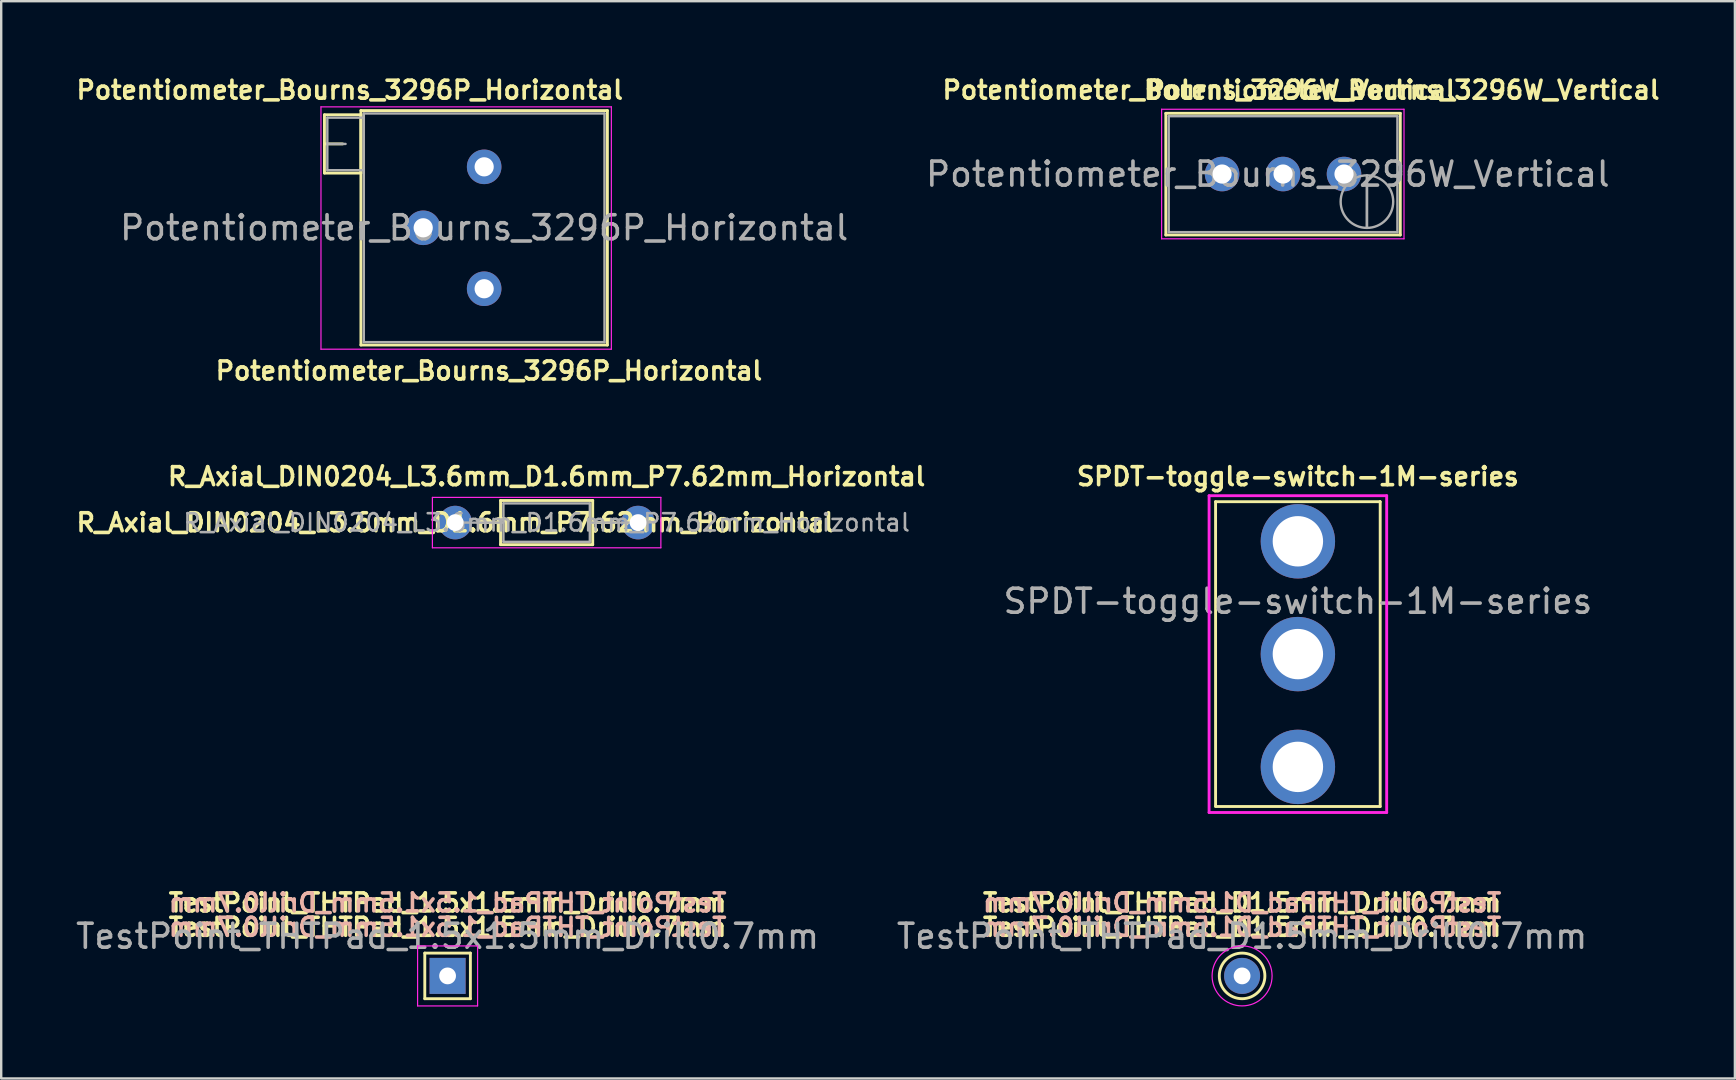
<source format=kicad_pcb>
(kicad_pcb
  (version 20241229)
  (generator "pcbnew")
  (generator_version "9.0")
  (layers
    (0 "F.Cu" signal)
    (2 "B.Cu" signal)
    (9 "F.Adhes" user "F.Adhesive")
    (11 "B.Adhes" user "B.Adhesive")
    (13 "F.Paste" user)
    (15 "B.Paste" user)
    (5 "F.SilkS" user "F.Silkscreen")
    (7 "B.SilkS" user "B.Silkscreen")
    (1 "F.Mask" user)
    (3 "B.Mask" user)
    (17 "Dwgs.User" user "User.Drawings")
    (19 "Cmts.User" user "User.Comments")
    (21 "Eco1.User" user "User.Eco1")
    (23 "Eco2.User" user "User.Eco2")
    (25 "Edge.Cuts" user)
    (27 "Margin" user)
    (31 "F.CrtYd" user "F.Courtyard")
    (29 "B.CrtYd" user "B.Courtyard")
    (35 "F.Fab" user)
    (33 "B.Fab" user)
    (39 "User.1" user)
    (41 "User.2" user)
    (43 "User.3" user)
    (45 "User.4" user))
  (footprint "R_Axial_DIN0204_L3.6mm_D1.6mm_P7.62mm_Horizontal"
    (layer "F.Cu")
    (at 15.918 18.726)
    (property "Reference" "R_Axial_DIN0204_L3.6mm_D1.6mm_P7.62mm_Horizontal" (at 3.81 -1.92 0) (layer "F.SilkS") (effects (font (size 0.75 0.75) (thickness 0.15))))
    (property "Value" "R_Axial_DIN0204_L3.6mm_D1.6mm_P7.62mm_Horizontal" (at 3.81 1.92 0) (layer "F.Fab") (hide yes) (effects (font (size 1 1) (thickness 0.15))))
    (attr through_hole)
    (fp_line (start 0.94 0) (end 1.89 0) (stroke (width 0.12) (type solid)) (layer "F.SilkS"))
    (fp_line (start 1.89 -0.92) (end 1.89 0.92) (stroke (width 0.12) (type solid)) (layer "F.SilkS"))
    (fp_line (start 1.89 0.92) (end 5.73 0.92) (stroke (width 0.12) (type solid)) (layer "F.SilkS"))
    (fp_line (start 5.73 -0.92) (end 1.89 -0.92) (stroke (width 0.12) (type solid)) (layer "F.SilkS"))
    (fp_line (start 5.73 0.92) (end 5.73 -0.92) (stroke (width 0.12) (type solid)) (layer "F.SilkS"))
    (fp_line (start 6.68 0) (end 5.73 0) (stroke (width 0.12) (type solid)) (layer "F.SilkS"))
    (fp_line (start -0.95 -1.05) (end -0.95 1.05) (stroke (width 0.05) (type solid)) (layer "F.CrtYd"))
    (fp_line (start -0.95 1.05) (end 8.57 1.05) (stroke (width 0.05) (type solid)) (layer "F.CrtYd"))
    (fp_line (start 8.57 -1.05) (end -0.95 -1.05) (stroke (width 0.05) (type solid)) (layer "F.CrtYd"))
    (fp_line (start 8.57 1.05) (end 8.57 -1.05) (stroke (width 0.05) (type solid)) (layer "F.CrtYd"))
    (fp_line (start 0 0) (end 2.01 0) (stroke (width 0.1) (type solid)) (layer "F.Fab"))
    (fp_line (start 2.01 -0.8) (end 2.01 0.8) (stroke (width 0.1) (type solid)) (layer "F.Fab"))
    (fp_line (start 2.01 0.8) (end 5.61 0.8) (stroke (width 0.1) (type solid)) (layer "F.Fab"))
    (fp_line (start 5.61 -0.8) (end 2.01 -0.8) (stroke (width 0.1) (type solid)) (layer "F.Fab"))
    (fp_line (start 5.61 0.8) (end 5.61 -0.8) (stroke (width 0.1) (type solid)) (layer "F.Fab"))
    (fp_line (start 7.62 0) (end 5.61 0) (stroke (width 0.1) (type solid)) (layer "F.Fab"))
    (fp_text user "${VALUE}" (at 0 0 0) (layer "F.SilkS") (effects (font (size 0.75 0.75) (thickness 0.15))))
    (fp_text user "${REFERENCE}" (at 3.81 0 0) (layer "F.Fab") (effects (font (size 0.72 0.72) (thickness 0.108))))
    (pad "1" thru_hole circle (at 0 0) (size 1.4 1.4) (drill 0.7) (layers "*.Cu" "*.Mask"))
    (pad "2" thru_hole oval (at 7.62 0) (size 1.4 1.4) (drill 0.7) (layers "*.Cu" "*.Mask")))
  (footprint "TestPoint_THTPad_1.5x1.5mm_Drill0.7mm"
    (layer "F.Cu")
    (at 15.601 37.616)
    (property "Reference" "TestPoint_THTPad_1.5x1.5mm_Drill0.7mm" (at 0 -3.048 0) (layer "F.SilkS") (effects (font (size 0.75 0.75) (thickness 0.15))))
    (property "Value" "TestPoint_THTPad_1.5x1.5mm_Drill0.7mm" (at 0 1.75 0) (layer "F.Fab") (hide yes) (effects (font (size 1 1) (thickness 0.15))))
    (attr exclude_from_pos_files exclude_from_bom)
    (fp_line (start -0.95 -0.95) (end 0.95 -0.95) (stroke (width 0.12) (type solid)) (layer "F.SilkS"))
    (fp_line (start -0.95 0.95) (end -0.95 -0.95) (stroke (width 0.12) (type solid)) (layer "F.SilkS"))
    (fp_line (start 0.95 -0.95) (end 0.95 0.95) (stroke (width 0.12) (type solid)) (layer "F.SilkS"))
    (fp_line (start 0.95 0.95) (end -0.95 0.95) (stroke (width 0.12) (type solid)) (layer "F.SilkS"))
    (fp_line (start -1.25 -1.25) (end -1.25 1.25) (stroke (width 0.05) (type solid)) (layer "F.CrtYd"))
    (fp_line (start -1.25 -1.25) (end 1.25 -1.25) (stroke (width 0.05) (type solid)) (layer "F.CrtYd"))
    (fp_line (start 1.25 1.25) (end -1.25 1.25) (stroke (width 0.05) (type solid)) (layer "F.CrtYd"))
    (fp_line (start 1.25 1.25) (end 1.25 -1.25) (stroke (width 0.05) (type solid)) (layer "F.CrtYd"))
    (fp_text user "${VALUE}" (at 0 -2.032 0) (layer "F.SilkS") (effects (font (size 0.75 0.75) (thickness 0.15))))
    (fp_text user "${VALUE}" (at 0 -2.032 0) (layer "B.SilkS") (effects (font (size 0.75 0.75) (thickness 0.15)) (justify mirror)))
    (fp_text user "${REFERENCE}" (at 0 -3.048 0) (layer "B.SilkS") (effects (font (size 0.75 0.75) (thickness 0.15)) (justify mirror)))
    (fp_text user "${REFERENCE}" (at 0 -1.65 0) (layer "F.Fab") (effects (font (size 1 1) (thickness 0.15))))
    (pad "1" thru_hole rect (at 0 0) (size 1.5 1.5) (drill 0.7) (layers "*.Cu" "*.Mask")))
  (footprint "Potentiometer_Bourns_3296P_Horizontal"
    (layer "F.Cu")
    (at 17.125 3.902)
    (property "Reference" "Potentiometer_Bourns_3296P_Horizontal" (at -5.6 -3.2 0) (layer "F.SilkS") (effects (font (size 0.75 0.75) (thickness 0.15))))
    (property "Value" "Potentiometer_Bourns_3296P_Horizontal" (at -0.76 8.555 0) (layer "F.Fab") (hide yes) (effects (font (size 1 1) (thickness 0.15))))
    (attr through_hole)
    (fp_line (start -6.655 -2.169) (end -6.655 0.26) (stroke (width 0.12) (type solid)) (layer "F.SilkS"))
    (fp_line (start -6.655 -2.169) (end -5.136 -2.169) (stroke (width 0.12) (type solid)) (layer "F.SilkS"))
    (fp_line (start -6.655 -0.955) (end -5.896 -0.955) (stroke (width 0.12) (type solid)) (layer "F.SilkS"))
    (fp_line (start -6.655 0.26) (end -5.136 0.26) (stroke (width 0.12) (type solid)) (layer "F.SilkS"))
    (fp_line (start -5.136 -2.169) (end -5.136 0.26) (stroke (width 0.12) (type solid)) (layer "F.SilkS"))
    (fp_line (start -5.135 -2.345) (end -5.135 7.425) (stroke (width 0.12) (type solid)) (layer "F.SilkS"))
    (fp_line (start -5.135 -2.345) (end 5.135 -2.345) (stroke (width 0.12) (type solid)) (layer "F.SilkS"))
    (fp_line (start -5.135 7.425) (end 5.135 7.425) (stroke (width 0.12) (type solid)) (layer "F.SilkS"))
    (fp_line (start 5.135 -2.345) (end 5.135 7.425) (stroke (width 0.12) (type solid)) (layer "F.SilkS"))
    (fp_line (start -6.8 -2.5) (end -6.8 7.6) (stroke (width 0.05) (type solid)) (layer "F.CrtYd"))
    (fp_line (start -6.8 7.6) (end 5.3 7.6) (stroke (width 0.05) (type solid)) (layer "F.CrtYd"))
    (fp_line (start 5.3 -2.5) (end -6.8 -2.5) (stroke (width 0.05) (type solid)) (layer "F.CrtYd"))
    (fp_line (start 5.3 7.6) (end 5.3 -2.5) (stroke (width 0.05) (type solid)) (layer "F.CrtYd"))
    (fp_line (start -6.535 -2.05) (end -6.535 0.14) (stroke (width 0.1) (type solid)) (layer "F.Fab"))
    (fp_line (start -6.535 -0.955) (end -5.775 -0.955) (stroke (width 0.1) (type solid)) (layer "F.Fab"))
    (fp_line (start -6.535 0.14) (end -5.015 0.14) (stroke (width 0.1) (type solid)) (layer "F.Fab"))
    (fp_line (start -5.015 -2.225) (end -5.015 7.305) (stroke (width 0.1) (type solid)) (layer "F.Fab"))
    (fp_line (start -5.015 -2.05) (end -6.535 -2.05) (stroke (width 0.1) (type solid)) (layer "F.Fab"))
    (fp_line (start -5.015 0.14) (end -5.015 -2.05) (stroke (width 0.1) (type solid)) (layer "F.Fab"))
    (fp_line (start -5.015 7.305) (end 5.015 7.305) (stroke (width 0.1) (type solid)) (layer "F.Fab"))
    (fp_line (start 5.015 -2.225) (end -5.015 -2.225) (stroke (width 0.1) (type solid)) (layer "F.Fab"))
    (fp_line (start 5.015 7.305) (end 5.015 -2.225) (stroke (width 0.1) (type solid)) (layer "F.Fab"))
    (fp_text user "${VALUE}" (at 0.2 8.5 0) (layer "F.SilkS") (effects (font (size 0.75 0.75) (thickness 0.15))))
    (fp_text user "${REFERENCE}" (at 0 2.54 0) (layer "F.Fab") (effects (font (size 1 1) (thickness 0.15))))
    (pad "1" thru_hole circle (at 0 0) (size 1.44 1.44) (drill 0.8) (layers "*.Cu" "*.Mask"))
    (pad "2" thru_hole circle (at -2.54 2.54) (size 1.44 1.44) (drill 0.8) (layers "*.Cu" "*.Mask"))
    (pad "3" thru_hole circle (at 0 5.08) (size 1.44 1.44) (drill 0.8) (layers "*.Cu" "*.Mask")))
  (footprint "SPDT-toggle-switch-1M-series"
    (layer "F.Cu")
    (at 51.033 24.206)
    (property "Reference" "SPDT-toggle-switch-1M-series" (at 0 -7.4 0) (layer "F.SilkS") (effects (font (size 0.75 0.75) (thickness 0.15))))
    (attr through_hole)
    (fp_line (start -3.43 -6.35) (end 3.42 -6.35) (stroke (width 0.12) (type solid)) (layer "F.SilkS"))
    (fp_line (start -3.43 6.34) (end -3.43 -6.35) (stroke (width 0.12) (type solid)) (layer "F.SilkS"))
    (fp_line (start 3.42 -6.35) (end 3.42 -6.34) (stroke (width 0.12) (type solid)) (layer "F.SilkS"))
    (fp_line (start 3.43 -6.35) (end 3.43 6.35) (stroke (width 0.12) (type solid)) (layer "F.SilkS"))
    (fp_line (start 3.43 6.35) (end -3.43 6.35) (stroke (width 0.12) (type solid)) (layer "F.SilkS"))
    (fp_line (start -3.7 -6.6) (end 3.7 -6.6) (stroke (width 0.12) (type solid)) (layer "F.CrtYd"))
    (fp_line (start -3.7 6.6) (end -3.7 -6.6) (stroke (width 0.12) (type solid)) (layer "F.CrtYd"))
    (fp_line (start 3.7 -6.6) (end 3.7 6.6) (stroke (width 0.12) (type solid)) (layer "F.CrtYd"))
    (fp_line (start 3.7 6.6) (end -3.7 6.6) (stroke (width 0.12) (type solid)) (layer "F.CrtYd"))
    (fp_text user "${REFERENCE}" (at 0 -2.2 0) (layer "F.Fab") (effects (font (size 1 1) (thickness 0.15))))
    (pad "1" thru_hole circle (at 0 4.7) (size 3.1 3.1) (drill 2.1) (layers "*.Cu" "*.Mask"))
    (pad "2" thru_hole circle (at 0 0) (size 3.1 3.1) (drill 2.1) (layers "*.Cu" "*.Mask"))
    (pad "3" thru_hole circle (at 0 -4.7) (size 3.1 3.1) (drill 2.1) (layers "*.Cu" "*.Mask")))
  (footprint "TestPoint_THTPad_D1.5mm_Drill0.7mm"
    (layer "F.Cu")
    (at 48.708 37.616)
    (property "Reference" "TestPoint_THTPad_D1.5mm_Drill0.7mm" (at 0 -3.048 0) (layer "F.SilkS") (effects (font (size 0.75 0.75) (thickness 0.15))))
    (property "Value" "TestPoint_THTPad_D1.5mm_Drill0.7mm" (at 0 1.75 0) (layer "F.Fab") (hide yes) (effects (font (size 1 1) (thickness 0.15))))
    (attr exclude_from_pos_files exclude_from_bom)
    (fp_circle (center 0 0) (end 0 0.95) (stroke (width 0.12) (type solid)) (fill no) (layer "F.SilkS"))
    (fp_circle (center 0 0) (end 1.25 0) (stroke (width 0.05) (type solid)) (fill no) (layer "F.CrtYd"))
    (fp_text user "${VALUE}" (at 0 -2.032 0) (layer "F.SilkS") (effects (font (size 0.75 0.75) (thickness 0.15))))
    (fp_text user "${REFERENCE}" (at 0 -3.048 0) (layer "B.SilkS") (effects (font (size 0.75 0.75) (thickness 0.15)) (justify mirror)))
    (fp_text user "${VALUE}" (at 0 -2.032 0) (layer "B.SilkS") (effects (font (size 0.75 0.75) (thickness 0.15)) (justify mirror)))
    (fp_text user "${REFERENCE}" (at 0 -1.65 0) (layer "F.Fab") (effects (font (size 1 1) (thickness 0.15))))
    (pad "1" thru_hole circle (at 0 0) (size 1.5 1.5) (drill 0.7) (layers "*.Cu" "*.Mask")))
  (footprint "Potentiometer_Bourns_3296W_Vertical"
    (layer "F.Cu")
    (at 50.415 4.202)
    (property "Reference" "Potentiometer_Bourns_3296W_Vertical" (at -3.5 -3.5 0) (layer "F.SilkS") (effects (font (size 0.75 0.75) (thickness 0.15))))
    (property "Value" "Potentiometer_Bourns_3296W_Vertical" (at 0 3.67 0) (layer "F.Fab") (hide yes) (effects (font (size 1 1) (thickness 0.15))))
    (attr through_hole)
    (fp_line (start -4.885 -2.53) (end -4.885 2.54) (stroke (width 0.12) (type solid)) (layer "F.SilkS"))
    (fp_line (start -4.885 -2.53) (end 4.885 -2.53) (stroke (width 0.12) (type solid)) (layer "F.SilkS"))
    (fp_line (start -4.885 2.54) (end 4.885 2.54) (stroke (width 0.12) (type solid)) (layer "F.SilkS"))
    (fp_line (start 4.885 -2.53) (end 4.885 2.54) (stroke (width 0.12) (type solid)) (layer "F.SilkS"))
    (fp_line (start -5.06 -2.7) (end -5.06 2.7) (stroke (width 0.05) (type solid)) (layer "F.CrtYd"))
    (fp_line (start -5.06 2.7) (end 5.04 2.7) (stroke (width 0.05) (type solid)) (layer "F.CrtYd"))
    (fp_line (start 5.04 -2.7) (end -5.06 -2.7) (stroke (width 0.05) (type solid)) (layer "F.CrtYd"))
    (fp_line (start 5.04 2.7) (end 5.04 -2.7) (stroke (width 0.05) (type solid)) (layer "F.CrtYd"))
    (fp_line (start -4.765 -2.41) (end -4.765 2.42) (stroke (width 0.1) (type solid)) (layer "F.Fab"))
    (fp_line (start -4.765 2.42) (end 4.765 2.42) (stroke (width 0.1) (type solid)) (layer "F.Fab"))
    (fp_line (start 3.495 2.235) (end 3.496 0.066) (stroke (width 0.1) (type solid)) (layer "F.Fab"))
    (fp_line (start 3.495 2.235) (end 3.496 0.066) (stroke (width 0.1) (type solid)) (layer "F.Fab"))
    (fp_line (start 4.765 -2.41) (end -4.765 -2.41) (stroke (width 0.1) (type solid)) (layer "F.Fab"))
    (fp_line (start 4.765 2.42) (end 4.765 -2.41) (stroke (width 0.1) (type solid)) (layer "F.Fab"))
    (fp_circle (center 3.495 1.15) (end 4.59 1.15) (stroke (width 0.1) (type solid)) (fill no) (layer "F.Fab"))
    (fp_text user "${VALUE}" (at 5 -3.5 0) (layer "F.SilkS") (effects (font (size 0.75 0.75) (thickness 0.15))))
    (fp_text user "${REFERENCE}" (at -0.635 0.005 0) (layer "F.Fab") (effects (font (size 1 1) (thickness 0.15))))
    (pad "1" thru_hole circle (at 2.54 0) (size 1.44 1.44) (drill 0.8) (layers "*.Cu" "*.Mask"))
    (pad "2" thru_hole circle (at 0 0) (size 1.44 1.44) (drill 0.8) (layers "*.Cu" "*.Mask"))
    (pad "3" thru_hole circle (at -2.54 0) (size 1.44 1.44) (drill 0.8) (layers "*.Cu" "*.Mask")))
  (gr_rect
    (start -3 -3)
    (end 69.243 41.891)
    (stroke (width 0.1) (type default))
    (fill no)
    (layer "Edge.Cuts")))
</source>
